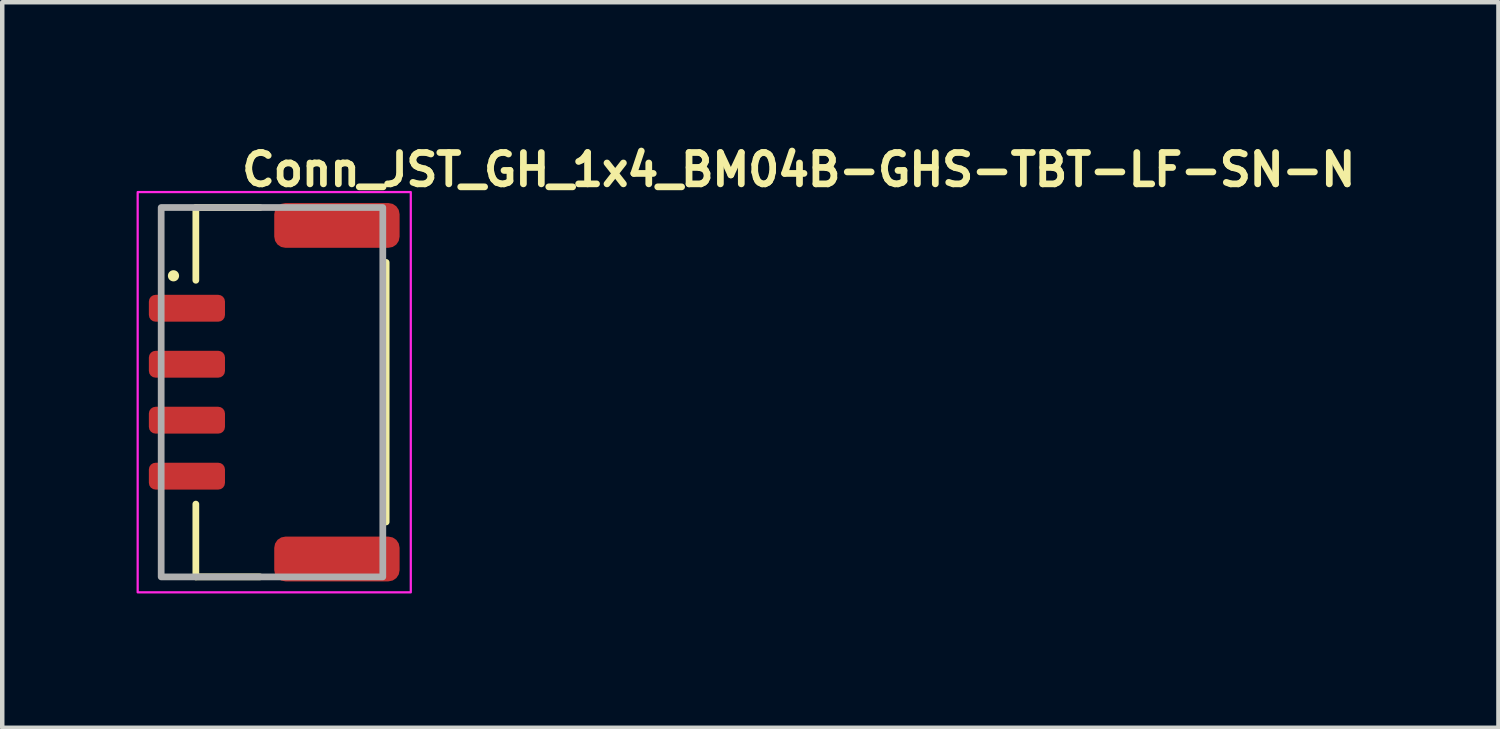
<source format=kicad_pcb>
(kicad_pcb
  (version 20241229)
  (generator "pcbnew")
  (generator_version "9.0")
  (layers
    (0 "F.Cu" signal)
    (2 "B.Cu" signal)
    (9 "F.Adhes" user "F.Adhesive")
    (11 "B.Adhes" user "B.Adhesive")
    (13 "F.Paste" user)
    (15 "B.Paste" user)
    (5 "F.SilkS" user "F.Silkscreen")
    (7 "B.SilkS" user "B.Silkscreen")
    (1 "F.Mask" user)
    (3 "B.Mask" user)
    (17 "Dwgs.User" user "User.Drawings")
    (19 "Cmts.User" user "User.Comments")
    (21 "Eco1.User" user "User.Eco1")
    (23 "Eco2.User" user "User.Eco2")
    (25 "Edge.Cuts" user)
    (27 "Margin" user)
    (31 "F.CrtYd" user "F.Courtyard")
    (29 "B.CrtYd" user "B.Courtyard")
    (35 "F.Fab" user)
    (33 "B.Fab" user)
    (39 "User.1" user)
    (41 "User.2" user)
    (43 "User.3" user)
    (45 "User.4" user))
  (footprint "Conn_JST_GH_1x4_BM04B-GHS-TBT-LF-SN-N"
    (layer "F.Cu")
    (at 3.025 5.71)
    (property "Reference" "Conn_JST_GH_1x4_BM04B-GHS-TBT-LF-SN-N" (at -0.75 -4.56 0) (layer "F.SilkS") (effects (font (size 0.7 0.7) (thickness 0.15)) (justify left bottom)))
    (attr smd)
    (fp_line (start -1.701 -2.5) (end -1.701 -4.124) (stroke (width 0.15) (type solid)) (layer "F.SilkS"))
    (fp_line (start -1.701 4.124) (end -1.701 2.499) (stroke (width 0.15) (type solid)) (layer "F.SilkS"))
    (fp_line (start -0.27 -4.124) (end -1.701 -4.124) (stroke (width 0.15) (type solid)) (layer "F.SilkS"))
    (fp_line (start -0.27 4.124) (end -1.701 4.124) (stroke (width 0.15) (type solid)) (layer "F.SilkS"))
    (fp_line (start 2.55 2.898) (end 2.55 -2.899) (stroke (width 0.15) (type solid)) (layer "F.SilkS"))
    (fp_circle (center -2.2 -2.6) (end -2.15 -2.6) (stroke (width 0.15) (type solid)) (fill yes) (layer "F.SilkS"))
    (fp_rect (start -3 -4.47) (end 3.1 4.47) (stroke (width 0.05) (type solid)) (fill no) (layer "F.CrtYd"))
    (fp_rect (start -2.475 -4.125) (end 2.475 4.125) (stroke (width 0.15) (type solid)) (fill no) (layer "F.Fab"))
    (fp_rect (start -2.475 -4.125) (end 2.475 4.125) (stroke (width 0.1) (type solid)) (fill no) (layer "User.5"))
    (fp_line (start -2.475 -1.975) (end -1.806 -1.975) (stroke (width 0.02) (type solid)) (layer "User.9"))
    (fp_line (start -2.475 -1.775) (end -2.475 -1.975) (stroke (width 0.02) (type solid)) (layer "User.9"))
    (fp_line (start -2.475 -1.775) (end -1.806 -1.775) (stroke (width 0.02) (type solid)) (layer "User.9"))
    (fp_line (start -2.475 -0.725) (end -1.806 -0.725) (stroke (width 0.02) (type solid)) (layer "User.9"))
    (fp_line (start -2.475 -0.525) (end -2.475 -0.725) (stroke (width 0.02) (type solid)) (layer "User.9"))
    (fp_line (start -2.475 -0.525) (end -1.806 -0.525) (stroke (width 0.02) (type solid)) (layer "User.9"))
    (fp_line (start -2.475 0.525) (end -2.475 0.725) (stroke (width 0.02) (type solid)) (layer "User.9"))
    (fp_line (start -2.475 0.525) (end -1.806 0.525) (stroke (width 0.02) (type solid)) (layer "User.9"))
    (fp_line (start -2.475 0.725) (end -1.806 0.725) (stroke (width 0.02) (type solid)) (layer "User.9"))
    (fp_line (start -2.475 1.775) (end -2.475 1.975) (stroke (width 0.02) (type solid)) (layer "User.9"))
    (fp_line (start -2.475 1.775) (end -1.806 1.775) (stroke (width 0.02) (type solid)) (layer "User.9"))
    (fp_line (start -2.475 1.975) (end -1.806 1.975) (stroke (width 0.02) (type solid)) (layer "User.9"))
    (fp_line (start -1.806 -1.975) (end -1.804 -1.975) (stroke (width 0.02) (type solid)) (layer "User.9"))
    (fp_line (start -1.806 -1.775) (end -1.806 -1.975) (stroke (width 0.02) (type solid)) (layer "User.9"))
    (fp_line (start -1.806 -1.775) (end -1.804 -1.775) (stroke (width 0.02) (type solid)) (layer "User.9"))
    (fp_line (start -1.806 -0.725) (end -1.804 -0.725) (stroke (width 0.02) (type solid)) (layer "User.9"))
    (fp_line (start -1.806 -0.525) (end -1.806 -0.725) (stroke (width 0.02) (type solid)) (layer "User.9"))
    (fp_line (start -1.806 -0.525) (end -1.804 -0.525) (stroke (width 0.02) (type solid)) (layer "User.9"))
    (fp_line (start -1.806 0.525) (end -1.806 0.725) (stroke (width 0.02) (type solid)) (layer "User.9"))
    (fp_line (start -1.806 0.525) (end -1.804 0.525) (stroke (width 0.02) (type solid)) (layer "User.9"))
    (fp_line (start -1.806 0.725) (end -1.804 0.725) (stroke (width 0.02) (type solid)) (layer "User.9"))
    (fp_line (start -1.806 1.775) (end -1.806 1.975) (stroke (width 0.02) (type solid)) (layer "User.9"))
    (fp_line (start -1.806 1.775) (end -1.804 1.775) (stroke (width 0.02) (type solid)) (layer "User.9"))
    (fp_line (start -1.806 1.975) (end -1.804 1.975) (stroke (width 0.02) (type solid)) (layer "User.9"))
    (fp_line (start -1.804 -1.975) (end -1.801 -1.975) (stroke (width 0.02) (type solid)) (layer "User.9"))
    (fp_line (start -1.804 -1.775) (end -1.801 -1.775) (stroke (width 0.02) (type solid)) (layer "User.9"))
    (fp_line (start -1.804 -0.725) (end -1.801 -0.725) (stroke (width 0.02) (type solid)) (layer "User.9"))
    (fp_line (start -1.804 -0.525) (end -1.801 -0.525) (stroke (width 0.02) (type solid)) (layer "User.9"))
    (fp_line (start -1.804 0.525) (end -1.801 0.525) (stroke (width 0.02) (type solid)) (layer "User.9"))
    (fp_line (start -1.804 0.725) (end -1.801 0.725) (stroke (width 0.02) (type solid)) (layer "User.9"))
    (fp_line (start -1.804 1.775) (end -1.801 1.775) (stroke (width 0.02) (type solid)) (layer "User.9"))
    (fp_line (start -1.804 1.975) (end -1.801 1.975) (stroke (width 0.02) (type solid)) (layer "User.9"))
    (fp_line (start -1.801 -1.975) (end -1.799 -1.975) (stroke (width 0.02) (type solid)) (layer "User.9"))
    (fp_line (start -1.801 -1.775) (end -1.799 -1.775) (stroke (width 0.02) (type solid)) (layer "User.9"))
    (fp_line (start -1.801 -0.725) (end -1.799 -0.725) (stroke (width 0.02) (type solid)) (layer "User.9"))
    (fp_line (start -1.801 -0.525) (end -1.799 -0.525) (stroke (width 0.02) (type solid)) (layer "User.9"))
    (fp_line (start -1.801 0.525) (end -1.799 0.525) (stroke (width 0.02) (type solid)) (layer "User.9"))
    (fp_line (start -1.801 0.725) (end -1.799 0.725) (stroke (width 0.02) (type solid)) (layer "User.9"))
    (fp_line (start -1.801 1.775) (end -1.799 1.775) (stroke (width 0.02) (type solid)) (layer "User.9"))
    (fp_line (start -1.801 1.975) (end -1.799 1.975) (stroke (width 0.02) (type solid)) (layer "User.9"))
    (fp_line (start -1.799 -1.975) (end -1.797 -1.975) (stroke (width 0.02) (type solid)) (layer "User.9"))
    (fp_line (start -1.799 -1.775) (end -1.797 -1.775) (stroke (width 0.02) (type solid)) (layer "User.9"))
    (fp_line (start -1.799 -0.725) (end -1.797 -0.725) (stroke (width 0.02) (type solid)) (layer "User.9"))
    (fp_line (start -1.799 -0.525) (end -1.797 -0.525) (stroke (width 0.02) (type solid)) (layer "User.9"))
    (fp_line (start -1.799 0.525) (end -1.797 0.525) (stroke (width 0.02) (type solid)) (layer "User.9"))
    (fp_line (start -1.799 0.725) (end -1.797 0.725) (stroke (width 0.02) (type solid)) (layer "User.9"))
    (fp_line (start -1.799 1.775) (end -1.797 1.775) (stroke (width 0.02) (type solid)) (layer "User.9"))
    (fp_line (start -1.799 1.975) (end -1.797 1.975) (stroke (width 0.02) (type solid)) (layer "User.9"))
    (fp_line (start -1.797 -1.975) (end -1.795 -1.975) (stroke (width 0.02) (type solid)) (layer "User.9"))
    (fp_line (start -1.797 -1.775) (end -1.795 -1.775) (stroke (width 0.02) (type solid)) (layer "User.9"))
    (fp_line (start -1.797 -0.725) (end -1.795 -0.725) (stroke (width 0.02) (type solid)) (layer "User.9"))
    (fp_line (start -1.797 -0.525) (end -1.795 -0.525) (stroke (width 0.02) (type solid)) (layer "User.9"))
    (fp_line (start -1.797 0.525) (end -1.795 0.525) (stroke (width 0.02) (type solid)) (layer "User.9"))
    (fp_line (start -1.797 0.725) (end -1.795 0.725) (stroke (width 0.02) (type solid)) (layer "User.9"))
    (fp_line (start -1.797 1.775) (end -1.795 1.775) (stroke (width 0.02) (type solid)) (layer "User.9"))
    (fp_line (start -1.797 1.975) (end -1.795 1.975) (stroke (width 0.02) (type solid)) (layer "User.9"))
    (fp_line (start -1.795 -1.975) (end -1.792 -1.975) (stroke (width 0.02) (type solid)) (layer "User.9"))
    (fp_line (start -1.795 -1.775) (end -1.792 -1.775) (stroke (width 0.02) (type solid)) (layer "User.9"))
    (fp_line (start -1.795 -0.725) (end -1.792 -0.725) (stroke (width 0.02) (type solid)) (layer "User.9"))
    (fp_line (start -1.795 -0.525) (end -1.792 -0.525) (stroke (width 0.02) (type solid)) (layer "User.9"))
    (fp_line (start -1.795 0.525) (end -1.792 0.525) (stroke (width 0.02) (type solid)) (layer "User.9"))
    (fp_line (start -1.795 0.725) (end -1.792 0.725) (stroke (width 0.02) (type solid)) (layer "User.9"))
    (fp_line (start -1.795 1.775) (end -1.792 1.775) (stroke (width 0.02) (type solid)) (layer "User.9"))
    (fp_line (start -1.795 1.975) (end -1.792 1.975) (stroke (width 0.02) (type solid)) (layer "User.9"))
    (fp_line (start -1.792 -1.975) (end -1.79 -1.975) (stroke (width 0.02) (type solid)) (layer "User.9"))
    (fp_line (start -1.792 -1.775) (end -1.79 -1.775) (stroke (width 0.02) (type solid)) (layer "User.9"))
    (fp_line (start -1.792 -0.725) (end -1.79 -0.725) (stroke (width 0.02) (type solid)) (layer "User.9"))
    (fp_line (start -1.792 -0.525) (end -1.79 -0.525) (stroke (width 0.02) (type solid)) (layer "User.9"))
    (fp_line (start -1.792 0.525) (end -1.79 0.525) (stroke (width 0.02) (type solid)) (layer "User.9"))
    (fp_line (start -1.792 0.725) (end -1.79 0.725) (stroke (width 0.02) (type solid)) (layer "User.9"))
    (fp_line (start -1.792 1.775) (end -1.79 1.775) (stroke (width 0.02) (type solid)) (layer "User.9"))
    (fp_line (start -1.792 1.975) (end -1.79 1.975) (stroke (width 0.02) (type solid)) (layer "User.9"))
    (fp_line (start -1.79 -1.975) (end -1.788 -1.975) (stroke (width 0.02) (type solid)) (layer "User.9"))
    (fp_line (start -1.79 -1.775) (end -1.788 -1.775) (stroke (width 0.02) (type solid)) (layer "User.9"))
    (fp_line (start -1.79 -0.725) (end -1.788 -0.725) (stroke (width 0.02) (type solid)) (layer "User.9"))
    (fp_line (start -1.79 -0.525) (end -1.788 -0.525) (stroke (width 0.02) (type solid)) (layer "User.9"))
    (fp_line (start -1.79 0.525) (end -1.788 0.525) (stroke (width 0.02) (type solid)) (layer "User.9"))
    (fp_line (start -1.79 0.725) (end -1.788 0.725) (stroke (width 0.02) (type solid)) (layer "User.9"))
    (fp_line (start -1.79 1.775) (end -1.788 1.775) (stroke (width 0.02) (type solid)) (layer "User.9"))
    (fp_line (start -1.79 1.975) (end -1.788 1.975) (stroke (width 0.02) (type solid)) (layer "User.9"))
    (fp_line (start -1.788 -1.975) (end -1.786 -1.975) (stroke (width 0.02) (type solid)) (layer "User.9"))
    (fp_line (start -1.788 -1.775) (end -1.786 -1.775) (stroke (width 0.02) (type solid)) (layer "User.9"))
    (fp_line (start -1.788 -0.725) (end -1.786 -0.725) (stroke (width 0.02) (type solid)) (layer "User.9"))
    (fp_line (start -1.788 -0.525) (end -1.786 -0.525) (stroke (width 0.02) (type solid)) (layer "User.9"))
    (fp_line (start -1.788 0.525) (end -1.786 0.525) (stroke (width 0.02) (type solid)) (layer "User.9"))
    (fp_line (start -1.788 0.725) (end -1.786 0.725) (stroke (width 0.02) (type solid)) (layer "User.9"))
    (fp_line (start -1.788 1.775) (end -1.786 1.775) (stroke (width 0.02) (type solid)) (layer "User.9"))
    (fp_line (start -1.788 1.975) (end -1.786 1.975) (stroke (width 0.02) (type solid)) (layer "User.9"))
    (fp_line (start -1.786 -1.975) (end -1.784 -1.975) (stroke (width 0.02) (type solid)) (layer "User.9"))
    (fp_line (start -1.786 -1.775) (end -1.784 -1.775) (stroke (width 0.02) (type solid)) (layer "User.9"))
    (fp_line (start -1.786 -0.725) (end -1.784 -0.725) (stroke (width 0.02) (type solid)) (layer "User.9"))
    (fp_line (start -1.786 -0.525) (end -1.784 -0.525) (stroke (width 0.02) (type solid)) (layer "User.9"))
    (fp_line (start -1.786 0.525) (end -1.784 0.525) (stroke (width 0.02) (type solid)) (layer "User.9"))
    (fp_line (start -1.786 0.725) (end -1.784 0.725) (stroke (width 0.02) (type solid)) (layer "User.9"))
    (fp_line (start -1.786 1.775) (end -1.784 1.775) (stroke (width 0.02) (type solid)) (layer "User.9"))
    (fp_line (start -1.786 1.975) (end -1.784 1.975) (stroke (width 0.02) (type solid)) (layer "User.9"))
    (fp_line (start -1.784 -1.975) (end -1.781 -1.975) (stroke (width 0.02) (type solid)) (layer "User.9"))
    (fp_line (start -1.784 -1.775) (end -1.781 -1.775) (stroke (width 0.02) (type solid)) (layer "User.9"))
    (fp_line (start -1.784 -0.725) (end -1.781 -0.725) (stroke (width 0.02) (type solid)) (layer "User.9"))
    (fp_line (start -1.784 -0.525) (end -1.781 -0.525) (stroke (width 0.02) (type solid)) (layer "User.9"))
    (fp_line (start -1.784 0.525) (end -1.781 0.525) (stroke (width 0.02) (type solid)) (layer "User.9"))
    (fp_line (start -1.784 0.725) (end -1.781 0.725) (stroke (width 0.02) (type solid)) (layer "User.9"))
    (fp_line (start -1.784 1.775) (end -1.781 1.775) (stroke (width 0.02) (type solid)) (layer "User.9"))
    (fp_line (start -1.784 1.975) (end -1.781 1.975) (stroke (width 0.02) (type solid)) (layer "User.9"))
    (fp_line (start -1.781 -1.975) (end -1.779 -1.975) (stroke (width 0.02) (type solid)) (layer "User.9"))
    (fp_line (start -1.781 -1.775) (end -1.779 -1.775) (stroke (width 0.02) (type solid)) (layer "User.9"))
    (fp_line (start -1.781 -0.725) (end -1.779 -0.725) (stroke (width 0.02) (type solid)) (layer "User.9"))
    (fp_line (start -1.781 -0.525) (end -1.779 -0.525) (stroke (width 0.02) (type solid)) (layer "User.9"))
    (fp_line (start -1.781 0.525) (end -1.779 0.525) (stroke (width 0.02) (type solid)) (layer "User.9"))
    (fp_line (start -1.781 0.725) (end -1.779 0.725) (stroke (width 0.02) (type solid)) (layer "User.9"))
    (fp_line (start -1.781 1.775) (end -1.779 1.775) (stroke (width 0.02) (type solid)) (layer "User.9"))
    (fp_line (start -1.781 1.975) (end -1.779 1.975) (stroke (width 0.02) (type solid)) (layer "User.9"))
    (fp_line (start -1.779 -1.975) (end -1.777 -1.975) (stroke (width 0.02) (type solid)) (layer "User.9"))
    (fp_line (start -1.779 -1.775) (end -1.777 -1.775) (stroke (width 0.02) (type solid)) (layer "User.9"))
    (fp_line (start -1.779 -0.725) (end -1.777 -0.725) (stroke (width 0.02) (type solid)) (layer "User.9"))
    (fp_line (start -1.779 -0.525) (end -1.777 -0.525) (stroke (width 0.02) (type solid)) (layer "User.9"))
    (fp_line (start -1.779 0.525) (end -1.777 0.525) (stroke (width 0.02) (type solid)) (layer "User.9"))
    (fp_line (start -1.779 0.725) (end -1.777 0.725) (stroke (width 0.02) (type solid)) (layer "User.9"))
    (fp_line (start -1.779 1.775) (end -1.777 1.775) (stroke (width 0.02) (type solid)) (layer "User.9"))
    (fp_line (start -1.779 1.975) (end -1.777 1.975) (stroke (width 0.02) (type solid)) (layer "User.9"))
    (fp_line (start -1.777 -1.975) (end -1.775 -1.975) (stroke (width 0.02) (type solid)) (layer "User.9"))
    (fp_line (start -1.777 -1.775) (end -1.775 -1.775) (stroke (width 0.02) (type solid)) (layer "User.9"))
    (fp_line (start -1.777 -0.725) (end -1.775 -0.725) (stroke (width 0.02) (type solid)) (layer "User.9"))
    (fp_line (start -1.777 -0.525) (end -1.775 -0.525) (stroke (width 0.02) (type solid)) (layer "User.9"))
    (fp_line (start -1.777 0.525) (end -1.775 0.525) (stroke (width 0.02) (type solid)) (layer "User.9"))
    (fp_line (start -1.777 0.725) (end -1.775 0.725) (stroke (width 0.02) (type solid)) (layer "User.9"))
    (fp_line (start -1.777 1.775) (end -1.775 1.775) (stroke (width 0.02) (type solid)) (layer "User.9"))
    (fp_line (start -1.777 1.975) (end -1.775 1.975) (stroke (width 0.02) (type solid)) (layer "User.9"))
    (fp_line (start -1.775 -3.35) (end -1.775 -4.125) (stroke (width 0.02) (type solid)) (layer "User.9"))
    (fp_line (start -1.775 -3.35) (end -1.775 3.35) (stroke (width 0.02) (type solid)) (layer "User.9"))
    (fp_line (start -1.775 3.35) (end -1.775 4.125) (stroke (width 0.02) (type solid)) (layer "User.9"))
    (fp_line (start -1.775 3.35) (end -1.575 3.55) (stroke (width 0.02) (type solid)) (layer "User.9"))
    (fp_line (start -1.575 -3.55) (end -1.775 -3.35) (stroke (width 0.02) (type solid)) (layer "User.9"))
    (fp_line (start -1.575 -3.55) (end -1.5 -3.625) (stroke (width 0.02) (type solid)) (layer "User.9"))
    (fp_line (start -1.575 3.55) (end 0.15 3.55) (stroke (width 0.02) (type solid)) (layer "User.9"))
    (fp_line (start -1.5 -3.9) (end -1.5 -3.625) (stroke (width 0.02) (type solid)) (layer "User.9"))
    (fp_line (start -1.5 -3.625) (end 0.15 -3.625) (stroke (width 0.02) (type solid)) (layer "User.9"))
    (fp_line (start -1.5 3.625) (end -1.575 3.55) (stroke (width 0.02) (type solid)) (layer "User.9"))
    (fp_line (start -1.5 3.625) (end -1.5 3.9) (stroke (width 0.02) (type solid)) (layer "User.9"))
    (fp_line (start -1.5 3.9) (end -1.175 3.9) (stroke (width 0.02) (type solid)) (layer "User.9"))
    (fp_line (start -1.35 -3.2) (end 1 -3.2) (stroke (width 0.02) (type solid)) (layer "User.9"))
    (fp_line (start -1.35 -1.975) (end -1.35 -3.2) (stroke (width 0.02) (type solid)) (layer "User.9"))
    (fp_line (start -1.35 -1.975) (end -1.35 -1.775) (stroke (width 0.02) (type solid)) (layer "User.9"))
    (fp_line (start -1.35 -1.775) (end -1.275 -1.775) (stroke (width 0.02) (type solid)) (layer "User.9"))
    (fp_line (start -1.35 -0.725) (end -1.35 -1.775) (stroke (width 0.02) (type solid)) (layer "User.9"))
    (fp_line (start -1.35 -0.725) (end -1.35 -0.525) (stroke (width 0.02) (type solid)) (layer "User.9"))
    (fp_line (start -1.35 -0.525) (end -1.275 -0.525) (stroke (width 0.02) (type solid)) (layer "User.9"))
    (fp_line (start -1.35 0.525) (end -1.35 -0.525) (stroke (width 0.02) (type solid)) (layer "User.9"))
    (fp_line (start -1.35 0.525) (end -1.35 0.725) (stroke (width 0.02) (type solid)) (layer "User.9"))
    (fp_line (start -1.35 0.725) (end -1.275 0.725) (stroke (width 0.02) (type solid)) (layer "User.9"))
    (fp_line (start -1.35 1.775) (end -1.35 0.725) (stroke (width 0.02) (type solid)) (layer "User.9"))
    (fp_line (start -1.35 1.775) (end -1.35 1.975) (stroke (width 0.02) (type solid)) (layer "User.9"))
    (fp_line (start -1.35 1.975) (end -1.275 1.975) (stroke (width 0.02) (type solid)) (layer "User.9"))
    (fp_line (start -1.35 3.2) (end -1.35 1.975) (stroke (width 0.02) (type solid)) (layer "User.9"))
    (fp_line (start -1.35 3.2) (end -1.275 3.125) (stroke (width 0.02) (type solid)) (layer "User.9"))
    (fp_line (start -1.275 -3.125) (end -1.35 -3.2) (stroke (width 0.02) (type solid)) (layer "User.9"))
    (fp_line (start -1.275 -3.125) (end -1.275 -1.975) (stroke (width 0.02) (type solid)) (layer "User.9"))
    (fp_line (start -1.275 -1.975) (end -1.35 -1.975) (stroke (width 0.02) (type solid)) (layer "User.9"))
    (fp_line (start -1.275 -1.775) (end -1.275 -0.725) (stroke (width 0.02) (type solid)) (layer "User.9"))
    (fp_line (start -1.275 -0.725) (end -1.35 -0.725) (stroke (width 0.02) (type solid)) (layer "User.9"))
    (fp_line (start -1.275 -0.525) (end -1.275 0.525) (stroke (width 0.02) (type solid)) (layer "User.9"))
    (fp_line (start -1.275 0.525) (end -1.35 0.525) (stroke (width 0.02) (type solid)) (layer "User.9"))
    (fp_line (start -1.275 0.725) (end -1.275 1.775) (stroke (width 0.02) (type solid)) (layer "User.9"))
    (fp_line (start -1.275 1.775) (end -1.35 1.775) (stroke (width 0.02) (type solid)) (layer "User.9"))
    (fp_line (start -1.275 1.975) (end -1.275 3.125) (stroke (width 0.02) (type solid)) (layer "User.9"))
    (fp_line (start -1.275 3.125) (end 0.925 3.125) (stroke (width 0.02) (type solid)) (layer "User.9"))
    (fp_line (start -1.2 -1.975) (end -1.275 -1.975) (stroke (width 0.02) (type solid)) (layer "User.9"))
    (fp_line (start -1.2 -1.975) (end -1.2 -1.775) (stroke (width 0.02) (type solid)) (layer "User.9"))
    (fp_line (start -1.2 -1.775) (end -1.275 -1.775) (stroke (width 0.02) (type solid)) (layer "User.9"))
    (fp_line (start -1.2 -0.725) (end -1.275 -0.725) (stroke (width 0.02) (type solid)) (layer "User.9"))
    (fp_line (start -1.2 -0.725) (end -1.2 -0.525) (stroke (width 0.02) (type solid)) (layer "User.9"))
    (fp_line (start -1.2 -0.525) (end -1.275 -0.525) (stroke (width 0.02) (type solid)) (layer "User.9"))
    (fp_line (start -1.2 0.525) (end -1.275 0.525) (stroke (width 0.02) (type solid)) (layer "User.9"))
    (fp_line (start -1.2 0.725) (end -1.275 0.725) (stroke (width 0.02) (type solid)) (layer "User.9"))
    (fp_line (start -1.2 0.725) (end -1.2 0.525) (stroke (width 0.02) (type solid)) (layer "User.9"))
    (fp_line (start -1.2 1.775) (end -1.275 1.775) (stroke (width 0.02) (type solid)) (layer "User.9"))
    (fp_line (start -1.2 1.975) (end -1.275 1.975) (stroke (width 0.02) (type solid)) (layer "User.9"))
    (fp_line (start -1.2 1.975) (end -1.2 1.775) (stroke (width 0.02) (type solid)) (layer "User.9"))
    (fp_line (start -1.175 -4.125) (end -1.775 -4.125) (stroke (width 0.02) (type solid)) (layer "User.9"))
    (fp_line (start -1.175 -3.9) (end -1.5 -3.9) (stroke (width 0.02) (type solid)) (layer "User.9"))
    (fp_line (start -1.175 -3.625) (end -1.175 -4.125) (stroke (width 0.02) (type solid)) (layer "User.9"))
    (fp_line (start -1.175 3.625) (end -1.175 4.125) (stroke (width 0.02) (type solid)) (layer "User.9"))
    (fp_line (start -1.175 4.125) (end -1.775 4.125) (stroke (width 0.02) (type solid)) (layer "User.9"))
    (fp_line (start -1.05 -1.975) (end -1.2 -1.975) (stroke (width 0.02) (type solid)) (layer "User.9"))
    (fp_line (start -1.05 -1.975) (end -1.05 -1.775) (stroke (width 0.02) (type solid)) (layer "User.9"))
    (fp_line (start -1.05 -1.775) (end -1.2 -1.775) (stroke (width 0.02) (type solid)) (layer "User.9"))
    (fp_line (start -1.05 -0.725) (end -1.2 -0.725) (stroke (width 0.02) (type solid)) (layer "User.9"))
    (fp_line (start -1.05 -0.725) (end -1.05 -0.525) (stroke (width 0.02) (type solid)) (layer "User.9"))
    (fp_line (start -1.05 -0.525) (end -1.2 -0.525) (stroke (width 0.02) (type solid)) (layer "User.9"))
    (fp_line (start -1.05 0.525) (end -1.2 0.525) (stroke (width 0.02) (type solid)) (layer "User.9"))
    (fp_line (start -1.05 0.725) (end -1.2 0.725) (stroke (width 0.02) (type solid)) (layer "User.9"))
    (fp_line (start -1.05 0.725) (end -1.05 0.525) (stroke (width 0.02) (type solid)) (layer "User.9"))
    (fp_line (start -1.05 1.775) (end -1.2 1.775) (stroke (width 0.02) (type solid)) (layer "User.9"))
    (fp_line (start -1.05 1.975) (end -1.2 1.975) (stroke (width 0.02) (type solid)) (layer "User.9"))
    (fp_line (start -1.05 1.975) (end -1.05 1.775) (stroke (width 0.02) (type solid)) (layer "User.9"))
    (fp_line (start -0.25 -3.9) (end -0.25 -3.625) (stroke (width 0.02) (type solid)) (layer "User.9"))
    (fp_line (start -0.25 -3.9) (end 0.15 -3.9) (stroke (width 0.02) (type solid)) (layer "User.9"))
    (fp_line (start -0.25 3.625) (end -0.25 3.9) (stroke (width 0.02) (type solid)) (layer "User.9"))
    (fp_line (start -0.1 -1.975) (end -0.1 -1.775) (stroke (width 0.02) (type solid)) (layer "User.9"))
    (fp_line (start -0.1 -0.725) (end -0.1 -0.525) (stroke (width 0.02) (type solid)) (layer "User.9"))
    (fp_line (start -0.1 0.725) (end -0.1 0.525) (stroke (width 0.02) (type solid)) (layer "User.9"))
    (fp_line (start -0.1 1.975) (end -0.1 1.775) (stroke (width 0.02) (type solid)) (layer "User.9"))
    (fp_line (start 0.05 -1.975) (end -0.1 -1.975) (stroke (width 0.02) (type solid)) (layer "User.9"))
    (fp_line (start 0.05 -1.975) (end 0.05 -1.775) (stroke (width 0.02) (type solid)) (layer "User.9"))
    (fp_line (start 0.05 -1.775) (end -0.1 -1.775) (stroke (width 0.02) (type solid)) (layer "User.9"))
    (fp_line (start 0.05 -0.725) (end -0.1 -0.725) (stroke (width 0.02) (type solid)) (layer "User.9"))
    (fp_line (start 0.05 -0.725) (end 0.05 -0.525) (stroke (width 0.02) (type solid)) (layer "User.9"))
    (fp_line (start 0.05 -0.525) (end -0.1 -0.525) (stroke (width 0.02) (type solid)) (layer "User.9"))
    (fp_line (start 0.05 0.525) (end -0.1 0.525) (stroke (width 0.02) (type solid)) (layer "User.9"))
    (fp_line (start 0.05 0.725) (end -0.1 0.725) (stroke (width 0.02) (type solid)) (layer "User.9"))
    (fp_line (start 0.05 0.725) (end 0.05 0.525) (stroke (width 0.02) (type solid)) (layer "User.9"))
    (fp_line (start 0.05 1.775) (end -0.1 1.775) (stroke (width 0.02) (type solid)) (layer "User.9"))
    (fp_line (start 0.05 1.975) (end -0.1 1.975) (stroke (width 0.02) (type solid)) (layer "User.9"))
    (fp_line (start 0.05 1.975) (end 0.05 1.775) (stroke (width 0.02) (type solid)) (layer "User.9"))
    (fp_line (start 0.125 -2.125) (end 0.25 -2.125) (stroke (width 0.02) (type solid)) (layer "User.9"))
    (fp_line (start 0.125 -1.975) (end 0.05 -1.975) (stroke (width 0.02) (type solid)) (layer "User.9"))
    (fp_line (start 0.125 -1.975) (end 0.125 -2.125) (stroke (width 0.02) (type solid)) (layer "User.9"))
    (fp_line (start 0.125 -1.775) (end 0.05 -1.775) (stroke (width 0.02) (type solid)) (layer "User.9"))
    (fp_line (start 0.125 -1.775) (end 0.25 -1.775) (stroke (width 0.02) (type solid)) (layer "User.9"))
    (fp_line (start 0.125 -1.625) (end 0.125 -1.775) (stroke (width 0.02) (type solid)) (layer "User.9"))
    (fp_line (start 0.125 -0.875) (end 0.25 -0.875) (stroke (width 0.02) (type solid)) (layer "User.9"))
    (fp_line (start 0.125 -0.725) (end 0.05 -0.725) (stroke (width 0.02) (type solid)) (layer "User.9"))
    (fp_line (start 0.125 -0.725) (end 0.125 -0.875) (stroke (width 0.02) (type solid)) (layer "User.9"))
    (fp_line (start 0.125 -0.525) (end 0.05 -0.525) (stroke (width 0.02) (type solid)) (layer "User.9"))
    (fp_line (start 0.125 -0.525) (end 0.25 -0.525) (stroke (width 0.02) (type solid)) (layer "User.9"))
    (fp_line (start 0.125 -0.375) (end 0.125 -0.525) (stroke (width 0.02) (type solid)) (layer "User.9"))
    (fp_line (start 0.125 0.375) (end 0.25 0.375) (stroke (width 0.02) (type solid)) (layer "User.9"))
    (fp_line (start 0.125 0.525) (end 0.05 0.525) (stroke (width 0.02) (type solid)) (layer "User.9"))
    (fp_line (start 0.125 0.525) (end 0.125 0.375) (stroke (width 0.02) (type solid)) (layer "User.9"))
    (fp_line (start 0.125 0.725) (end 0.05 0.725) (stroke (width 0.02) (type solid)) (layer "User.9"))
    (fp_line (start 0.125 0.725) (end 0.25 0.725) (stroke (width 0.02) (type solid)) (layer "User.9"))
    (fp_line (start 0.125 0.875) (end 0.125 0.725) (stroke (width 0.02) (type solid)) (layer "User.9"))
    (fp_line (start 0.125 1.625) (end 0.25 1.625) (stroke (width 0.02) (type solid)) (layer "User.9"))
    (fp_line (start 0.125 1.775) (end 0.05 1.775) (stroke (width 0.02) (type solid)) (layer "User.9"))
    (fp_line (start 0.125 1.775) (end 0.125 1.625) (stroke (width 0.02) (type solid)) (layer "User.9"))
    (fp_line (start 0.125 1.975) (end 0.05 1.975) (stroke (width 0.02) (type solid)) (layer "User.9"))
    (fp_line (start 0.125 1.975) (end 0.25 1.975) (stroke (width 0.02) (type solid)) (layer "User.9"))
    (fp_line (start 0.125 2.125) (end 0.125 1.975) (stroke (width 0.02) (type solid)) (layer "User.9"))
    (fp_line (start 0.15 -4.125) (end -1.175 -4.125) (stroke (width 0.02) (type solid)) (layer "User.9"))
    (fp_line (start 0.15 -4.125) (end 0.6 -4.125) (stroke (width 0.02) (type solid)) (layer "User.9"))
    (fp_line (start 0.15 -3.55) (end -1.575 -3.55) (stroke (width 0.02) (type solid)) (layer "User.9"))
    (fp_line (start 0.15 -3.55) (end 0.15 -4.125) (stroke (width 0.02) (type solid)) (layer "User.9"))
    (fp_line (start 0.15 3.55) (end 0.15 4.125) (stroke (width 0.02) (type solid)) (layer "User.9"))
    (fp_line (start 0.15 3.625) (end -1.5 3.625) (stroke (width 0.02) (type solid)) (layer "User.9"))
    (fp_line (start 0.15 3.9) (end -0.25 3.9) (stroke (width 0.02) (type solid)) (layer "User.9"))
    (fp_line (start 0.15 4.125) (end -1.175 4.125) (stroke (width 0.02) (type solid)) (layer "User.9"))
    (fp_line (start 0.15 4.125) (end 0.6 4.125) (stroke (width 0.02) (type solid)) (layer "User.9"))
    (fp_line (start 0.25 -2.125) (end 0.25 -1.975) (stroke (width 0.02) (type solid)) (layer "User.9"))
    (fp_line (start 0.25 -1.975) (end 0.125 -1.975) (stroke (width 0.02) (type solid)) (layer "User.9"))
    (fp_line (start 0.25 -1.975) (end 0.35 -1.975) (stroke (width 0.02) (type solid)) (layer "User.9"))
    (fp_line (start 0.25 -1.775) (end 0.25 -1.625) (stroke (width 0.02) (type solid)) (layer "User.9"))
    (fp_line (start 0.25 -1.625) (end 0.125 -1.625) (stroke (width 0.02) (type solid)) (layer "User.9"))
    (fp_line (start 0.25 -1.625) (end 0.425 -1.625) (stroke (width 0.02) (type solid)) (layer "User.9"))
    (fp_line (start 0.25 -0.875) (end 0.25 -0.725) (stroke (width 0.02) (type solid)) (layer "User.9"))
    (fp_line (start 0.25 -0.725) (end 0.125 -0.725) (stroke (width 0.02) (type solid)) (layer "User.9"))
    (fp_line (start 0.25 -0.725) (end 0.35 -0.725) (stroke (width 0.02) (type solid)) (layer "User.9"))
    (fp_line (start 0.25 -0.525) (end 0.25 -0.375) (stroke (width 0.02) (type solid)) (layer "User.9"))
    (fp_line (start 0.25 -0.375) (end 0.125 -0.375) (stroke (width 0.02) (type solid)) (layer "User.9"))
    (fp_line (start 0.25 -0.375) (end 0.425 -0.375) (stroke (width 0.02) (type solid)) (layer "User.9"))
    (fp_line (start 0.25 0.375) (end 0.25 0.525) (stroke (width 0.02) (type solid)) (layer "User.9"))
    (fp_line (start 0.25 0.525) (end 0.125 0.525) (stroke (width 0.02) (type solid)) (layer "User.9"))
    (fp_line (start 0.25 0.525) (end 0.35 0.525) (stroke (width 0.02) (type solid)) (layer "User.9"))
    (fp_line (start 0.25 0.725) (end 0.25 0.875) (stroke (width 0.02) (type solid)) (layer "User.9"))
    (fp_line (start 0.25 0.875) (end 0.125 0.875) (stroke (width 0.02) (type solid)) (layer "User.9"))
    (fp_line (start 0.25 0.875) (end 0.425 0.875) (stroke (width 0.02) (type solid)) (layer "User.9"))
    (fp_line (start 0.25 1.625) (end 0.25 1.775) (stroke (width 0.02) (type solid)) (layer "User.9"))
    (fp_line (start 0.25 1.775) (end 0.125 1.775) (stroke (width 0.02) (type solid)) (layer "User.9"))
    (fp_line (start 0.25 1.775) (end 0.35 1.775) (stroke (width 0.02) (type solid)) (layer "User.9"))
    (fp_line (start 0.25 1.975) (end 0.25 2.125) (stroke (width 0.02) (type solid)) (layer "User.9"))
    (fp_line (start 0.25 2.125) (end 0.125 2.125) (stroke (width 0.02) (type solid)) (layer "User.9"))
    (fp_line (start 0.25 2.125) (end 0.425 2.125) (stroke (width 0.02) (type solid)) (layer "User.9"))
    (fp_line (start 0.35 -1.975) (end 0.35 -1.775) (stroke (width 0.02) (type solid)) (layer "User.9"))
    (fp_line (start 0.35 -1.975) (end 0.35 -1.775) (stroke (width 0.02) (type solid)) (layer "User.9"))
    (fp_line (start 0.35 -1.775) (end 0.25 -1.775) (stroke (width 0.02) (type solid)) (layer "User.9"))
    (fp_line (start 0.35 -0.725) (end 0.35 -0.525) (stroke (width 0.02) (type solid)) (layer "User.9"))
    (fp_line (start 0.35 -0.725) (end 0.35 -0.525) (stroke (width 0.02) (type solid)) (layer "User.9"))
    (fp_line (start 0.35 -0.525) (end 0.25 -0.525) (stroke (width 0.02) (type solid)) (layer "User.9"))
    (fp_line (start 0.35 0.525) (end 0.35 0.725) (stroke (width 0.02) (type solid)) (layer "User.9"))
    (fp_line (start 0.35 0.725) (end 0.25 0.725) (stroke (width 0.02) (type solid)) (layer "User.9"))
    (fp_line (start 0.35 0.725) (end 0.35 0.525) (stroke (width 0.02) (type solid)) (layer "User.9"))
    (fp_line (start 0.35 1.775) (end 0.35 1.975) (stroke (width 0.02) (type solid)) (layer "User.9"))
    (fp_line (start 0.35 1.975) (end 0.25 1.975) (stroke (width 0.02) (type solid)) (layer "User.9"))
    (fp_line (start 0.35 1.975) (end 0.35 1.775) (stroke (width 0.02) (type solid)) (layer "User.9"))
    (fp_line (start 0.425 -2.625) (end 0.925 -2.625) (stroke (width 0.02) (type solid)) (layer "User.9"))
    (fp_line (start 0.425 -2.55) (end 0.425 -2.625) (stroke (width 0.02) (type solid)) (layer "User.9"))
    (fp_line (start 0.425 -2.125) (end 0.25 -2.125) (stroke (width 0.02) (type solid)) (layer "User.9"))
    (fp_line (start 0.425 -2.125) (end 0.425 -2.55) (stroke (width 0.02) (type solid)) (layer "User.9"))
    (fp_line (start 0.425 -0.875) (end 0.25 -0.875) (stroke (width 0.02) (type solid)) (layer "User.9"))
    (fp_line (start 0.425 -0.875) (end 0.425 -1.625) (stroke (width 0.02) (type solid)) (layer "User.9"))
    (fp_line (start 0.425 0.375) (end 0.25 0.375) (stroke (width 0.02) (type solid)) (layer "User.9"))
    (fp_line (start 0.425 0.375) (end 0.425 -0.375) (stroke (width 0.02) (type solid)) (layer "User.9"))
    (fp_line (start 0.425 1.625) (end 0.25 1.625) (stroke (width 0.02) (type solid)) (layer "User.9"))
    (fp_line (start 0.425 1.625) (end 0.425 0.875) (stroke (width 0.02) (type solid)) (layer "User.9"))
    (fp_line (start 0.425 2.55) (end 0.425 2.125) (stroke (width 0.02) (type solid)) (layer "User.9"))
    (fp_line (start 0.425 2.55) (end 1 2.55) (stroke (width 0.02) (type solid)) (layer "User.9"))
    (fp_line (start 0.425 2.625) (end 0.425 2.55) (stroke (width 0.02) (type solid)) (layer "User.9"))
    (fp_line (start 0.6 -4.075) (end 0.6 -4.125) (stroke (width 0.02) (type solid)) (layer "User.9"))
    (fp_line (start 0.6 -4.075) (end 1.625 -4.075) (stroke (width 0.02) (type solid)) (layer "User.9"))
    (fp_line (start 0.6 4.075) (end 0.6 4.125) (stroke (width 0.02) (type solid)) (layer "User.9"))
    (fp_line (start 0.6 4.075) (end 1.625 4.075) (stroke (width 0.02) (type solid)) (layer "User.9"))
    (fp_line (start 0.725 -2.25) (end 2.175 -2.25) (stroke (width 0.02) (type solid)) (layer "User.9"))
    (fp_line (start 0.725 2.25) (end 0.725 -2.25) (stroke (width 0.02) (type solid)) (layer "User.9"))
    (fp_line (start 0.725 2.25) (end 2.175 2.25) (stroke (width 0.02) (type solid)) (layer "User.9"))
    (fp_line (start 0.8 -2.25) (end 0.8 2.25) (stroke (width 0.02) (type solid)) (layer "User.9"))
    (fp_line (start 0.8 -1.25) (end 1.15 -1.25) (stroke (width 0.02) (type solid)) (layer "User.9"))
    (fp_line (start 0.925 -3.125) (end -1.275 -3.125) (stroke (width 0.02) (type solid)) (layer "User.9"))
    (fp_line (start 0.925 -3.125) (end 1 -3.2) (stroke (width 0.02) (type solid)) (layer "User.9"))
    (fp_line (start 0.925 -2.625) (end 0.925 -3.125) (stroke (width 0.02) (type solid)) (layer "User.9"))
    (fp_line (start 0.925 -2.625) (end 1 -2.55) (stroke (width 0.02) (type solid)) (layer "User.9"))
    (fp_line (start 0.925 2.625) (end 0.425 2.625) (stroke (width 0.02) (type solid)) (layer "User.9"))
    (fp_line (start 0.925 3.125) (end 0.925 2.625) (stroke (width 0.02) (type solid)) (layer "User.9"))
    (fp_line (start 1 -3.2) (end 1 -2.55) (stroke (width 0.02) (type solid)) (layer "User.9"))
    (fp_line (start 1 -2.55) (end 0.425 -2.55) (stroke (width 0.02) (type solid)) (layer "User.9"))
    (fp_line (start 1 2.55) (end 0.925 2.625) (stroke (width 0.02) (type solid)) (layer "User.9"))
    (fp_line (start 1 2.55) (end 1 3.2) (stroke (width 0.02) (type solid)) (layer "User.9"))
    (fp_line (start 1 3.2) (end -1.35 3.2) (stroke (width 0.02) (type solid)) (layer "User.9"))
    (fp_line (start 1 3.2) (end 0.925 3.125) (stroke (width 0.02) (type solid)) (layer "User.9"))
    (fp_line (start 1.15 1.25) (end 0.8 1.25) (stroke (width 0.02) (type solid)) (layer "User.9"))
    (fp_line (start 1.15 1.25) (end 1.15 -1.25) (stroke (width 0.02) (type solid)) (layer "User.9"))
    (fp_line (start 1.6 -2.625) (end 1.6 -3.675) (stroke (width 0.02) (type solid)) (layer "User.9"))
    (fp_line (start 1.6 2.625) (end 1.6 3.675) (stroke (width 0.02) (type solid)) (layer "User.9"))
    (fp_line (start 1.6 3.15) (end 2.1 3.15) (stroke (width 0.02) (type solid)) (layer "User.9"))
    (fp_line (start 1.625 -4.125) (end 0.6 -4.125) (stroke (width 0.02) (type solid)) (layer "User.9"))
    (fp_line (start 1.625 -4.125) (end 2.475 -4.125) (stroke (width 0.02) (type solid)) (layer "User.9"))
    (fp_line (start 1.625 -4.075) (end 1.625 -4.125) (stroke (width 0.02) (type solid)) (layer "User.9"))
    (fp_line (start 1.625 4.075) (end 1.625 4.125) (stroke (width 0.02) (type solid)) (layer "User.9"))
    (fp_line (start 1.625 4.125) (end 0.6 4.125) (stroke (width 0.02) (type solid)) (layer "User.9"))
    (fp_line (start 1.625 4.125) (end 2.475 4.125) (stroke (width 0.02) (type solid)) (layer "User.9"))
    (fp_line (start 2.1 -3.675) (end 1.6 -3.675) (stroke (width 0.02) (type solid)) (layer "User.9"))
    (fp_line (start 2.1 -3.15) (end 1.6 -3.15) (stroke (width 0.02) (type solid)) (layer "User.9"))
    (fp_line (start 2.1 -2.625) (end 1.6 -2.625) (stroke (width 0.02) (type solid)) (layer "User.9"))
    (fp_line (start 2.1 -2.625) (end 2.1 -3.675) (stroke (width 0.02) (type solid)) (layer "User.9"))
    (fp_line (start 2.1 2.25) (end 2.1 -2.25) (stroke (width 0.02) (type solid)) (layer "User.9"))
    (fp_line (start 2.1 2.625) (end 1.6 2.625) (stroke (width 0.02) (type solid)) (layer "User.9"))
    (fp_line (start 2.1 2.625) (end 2.1 3.675) (stroke (width 0.02) (type solid)) (layer "User.9"))
    (fp_line (start 2.1 3.675) (end 1.6 3.675) (stroke (width 0.02) (type solid)) (layer "User.9"))
    (fp_line (start 2.175 -2.25) (end 2.175 2.25) (stroke (width 0.02) (type solid)) (layer "User.9"))
    (fp_line (start 2.4 -3.875) (end 2.4 -3.125) (stroke (width 0.02) (type solid)) (layer "User.9"))
    (fp_line (start 2.4 -3.875) (end 2.475 -3.875) (stroke (width 0.02) (type solid)) (layer "User.9"))
    (fp_line (start 2.4 -3.5) (end 2.475 -3.5) (stroke (width 0.02) (type solid)) (layer "User.9"))
    (fp_line (start 2.4 -3.125) (end 2.475 -3.125) (stroke (width 0.02) (type solid)) (layer "User.9"))
    (fp_line (start 2.475 -4.125) (end 2.475 -3.875) (stroke (width 0.02) (type solid)) (layer "User.9"))
    (fp_line (start 2.475 -3.5) (end 2.475 -3.875) (stroke (width 0.02) (type solid)) (layer "User.9"))
    (fp_line (start 2.475 -3.125) (end 2.475 -3.5) (stroke (width 0.02) (type solid)) (layer "User.9"))
    (fp_line (start 2.475 -3.125) (end 2.475 4.125) (stroke (width 0.02) (type solid)) (layer "User.9"))
    (pad "1" smd roundrect (at -1.9 -1.875 180) (size 1.7 0.6) (layers "F.Cu" "F.Mask" "F.Paste") (roundrect_rratio 0.25))
    (pad "2" smd roundrect (at -1.9 -0.625 180) (size 1.7 0.6) (layers "F.Cu" "F.Mask" "F.Paste") (roundrect_rratio 0.25))
    (pad "3" smd roundrect (at -1.9 0.625 180) (size 1.7 0.6) (layers "F.Cu" "F.Mask" "F.Paste") (roundrect_rratio 0.25))
    (pad "4" smd roundrect (at -1.9 1.875 180) (size 1.7 0.6) (layers "F.Cu" "F.Mask" "F.Paste") (roundrect_rratio 0.25))
    (pad "MP" smd roundrect (at 1.45 -3.725) (size 2.8 1) (layers "F.Cu" "F.Mask" "F.Paste") (roundrect_rratio 0.25))
    (pad "MP" smd roundrect (at 1.45 3.725) (size 2.8 1) (layers "F.Cu" "F.Mask" "F.Paste") (roundrect_rratio 0.25)))
  (gr_rect
    (start -3 -3)
    (end 30.418 13.205)
    (stroke (width 0.1) (type default))
    (fill no)
    (layer "Edge.Cuts")))
</source>
